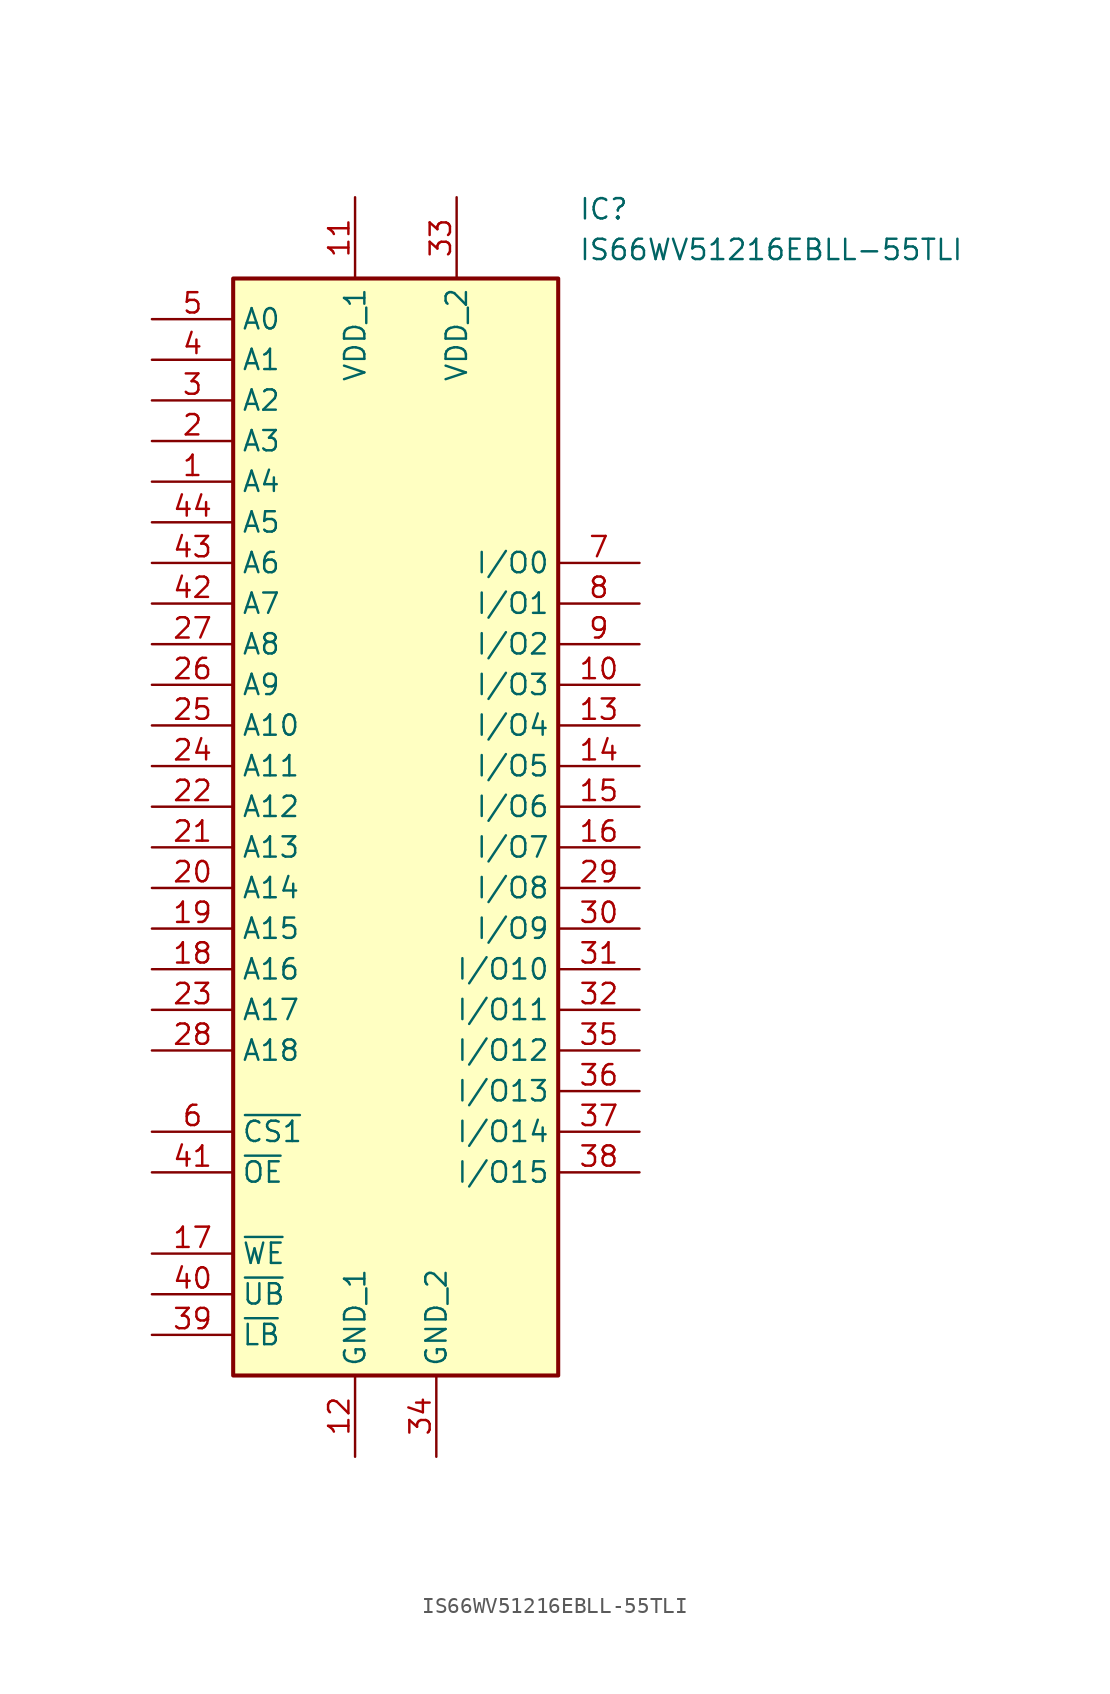
<source format=kicad_sym>
(kicad_symbol_lib
  (version 20231120)
  (generator "kicad_symbol_editor")
  (generator_version "8.0")
  (symbol "IS66WV51216EBLL-55TLI"
    (property "Reference" "IC"
      (at 26.67 7.62 0)
      (effects (font (size 1.27 1.27)) (justify left top)))
    (property "Value" "IS66WV51216EBLL-55TLI"
      (at 26.67 5.08 0)
      (effects (font (size 1.27 1.27)) (justify left top)))
    (symbol "IS66WV51216EBLL-55TLI_1_1"
      (rectangle (start 5.08 2.54) (end 25.4 -66.04) (stroke (width 0.254) (type default)) (fill (type background)))
      (pin passive line (at 0 -10.16 0) (length 5.08) (name "A4" (effects (font (size 1.27 1.27)))) (number "1" (effects (font (size 1.27 1.27)))))
      (pin bidirectional line (at 30.48 -22.86 180) (length 5.08) (name "I/O3" (effects (font (size 1.27 1.27)))) (number "10" (effects (font (size 1.27 1.27)))))
      (pin passive line (at 12.7 7.62 270) (length 5.08) (name "VDD_1" (effects (font (size 1.27 1.27)))) (number "11" (effects (font (size 1.27 1.27)))))
      (pin passive line (at 12.7 -71.12 90) (length 5.08) (name "GND_1" (effects (font (size 1.27 1.27)))) (number "12" (effects (font (size 1.27 1.27)))))
      (pin bidirectional line (at 30.48 -25.4 180) (length 5.08) (name "I/O4" (effects (font (size 1.27 1.27)))) (number "13" (effects (font (size 1.27 1.27)))))
      (pin bidirectional line (at 30.48 -27.94 180) (length 5.08) (name "I/O5" (effects (font (size 1.27 1.27)))) (number "14" (effects (font (size 1.27 1.27)))))
      (pin bidirectional line (at 30.48 -30.48 180) (length 5.08) (name "I/O6" (effects (font (size 1.27 1.27)))) (number "15" (effects (font (size 1.27 1.27)))))
      (pin bidirectional line (at 30.48 -33.02 180) (length 5.08) (name "I/O7" (effects (font (size 1.27 1.27)))) (number "16" (effects (font (size 1.27 1.27)))))
      (pin passive line (at 0 -58.42 0) (length 5.08) (name "~{WE}" (effects (font (size 1.27 1.27)))) (number "17" (effects (font (size 1.27 1.27)))))
      (pin passive line (at 0 -40.64 0) (length 5.08) (name "A16" (effects (font (size 1.27 1.27)))) (number "18" (effects (font (size 1.27 1.27)))))
      (pin passive line (at 0 -38.1 0) (length 5.08) (name "A15" (effects (font (size 1.27 1.27)))) (number "19" (effects (font (size 1.27 1.27)))))
      (pin passive line (at 0 -7.62 0) (length 5.08) (name "A3" (effects (font (size 1.27 1.27)))) (number "2" (effects (font (size 1.27 1.27)))))
      (pin passive line (at 0 -35.56 0) (length 5.08) (name "A14" (effects (font (size 1.27 1.27)))) (number "20" (effects (font (size 1.27 1.27)))))
      (pin passive line (at 0 -33.02 0) (length 5.08) (name "A13" (effects (font (size 1.27 1.27)))) (number "21" (effects (font (size 1.27 1.27)))))
      (pin passive line (at 0 -30.48 0) (length 5.08) (name "A12" (effects (font (size 1.27 1.27)))) (number "22" (effects (font (size 1.27 1.27)))))
      (pin passive line (at 0 -43.18 0) (length 5.08) (name "A17" (effects (font (size 1.27 1.27)))) (number "23" (effects (font (size 1.27 1.27)))))
      (pin passive line (at 0 -27.94 0) (length 5.08) (name "A11" (effects (font (size 1.27 1.27)))) (number "24" (effects (font (size 1.27 1.27)))))
      (pin passive line (at 0 -25.4 0) (length 5.08) (name "A10" (effects (font (size 1.27 1.27)))) (number "25" (effects (font (size 1.27 1.27)))))
      (pin passive line (at 0 -22.86 0) (length 5.08) (name "A9" (effects (font (size 1.27 1.27)))) (number "26" (effects (font (size 1.27 1.27)))))
      (pin passive line (at 0 -20.32 0) (length 5.08) (name "A8" (effects (font (size 1.27 1.27)))) (number "27" (effects (font (size 1.27 1.27)))))
      (pin passive line (at 0 -45.72 0) (length 5.08) (name "A18" (effects (font (size 1.27 1.27)))) (number "28" (effects (font (size 1.27 1.27)))))
      (pin bidirectional line (at 30.48 -35.56 180) (length 5.08) (name "I/O8" (effects (font (size 1.27 1.27)))) (number "29" (effects (font (size 1.27 1.27)))))
      (pin passive line (at 0 -5.08 0) (length 5.08) (name "A2" (effects (font (size 1.27 1.27)))) (number "3" (effects (font (size 1.27 1.27)))))
      (pin bidirectional line (at 30.48 -38.1 180) (length 5.08) (name "I/O9" (effects (font (size 1.27 1.27)))) (number "30" (effects (font (size 1.27 1.27)))))
      (pin bidirectional line (at 30.48 -40.64 180) (length 5.08) (name "I/O10" (effects (font (size 1.27 1.27)))) (number "31" (effects (font (size 1.27 1.27)))))
      (pin bidirectional line (at 30.48 -43.18 180) (length 5.08) (name "I/O11" (effects (font (size 1.27 1.27)))) (number "32" (effects (font (size 1.27 1.27)))))
      (pin passive line (at 19.05 7.62 270) (length 5.08) (name "VDD_2" (effects (font (size 1.27 1.27)))) (number "33" (effects (font (size 1.27 1.27)))))
      (pin passive line (at 17.78 -71.12 90) (length 5.08) (name "GND_2" (effects (font (size 1.27 1.27)))) (number "34" (effects (font (size 1.27 1.27)))))
      (pin bidirectional line (at 30.48 -45.72 180) (length 5.08) (name "I/O12" (effects (font (size 1.27 1.27)))) (number "35" (effects (font (size 1.27 1.27)))))
      (pin bidirectional line (at 30.48 -48.26 180) (length 5.08) (name "I/O13" (effects (font (size 1.27 1.27)))) (number "36" (effects (font (size 1.27 1.27)))))
      (pin bidirectional line (at 30.48 -50.8 180) (length 5.08) (name "I/O14" (effects (font (size 1.27 1.27)))) (number "37" (effects (font (size 1.27 1.27)))))
      (pin bidirectional line (at 30.48 -53.34 180) (length 5.08) (name "I/O15" (effects (font (size 1.27 1.27)))) (number "38" (effects (font (size 1.27 1.27)))))
      (pin passive line (at 0 -63.5 0) (length 5.08) (name "~{LB}" (effects (font (size 1.27 1.27)))) (number "39" (effects (font (size 1.27 1.27)))))
      (pin passive line (at 0 -2.54 0) (length 5.08) (name "A1" (effects (font (size 1.27 1.27)))) (number "4" (effects (font (size 1.27 1.27)))))
      (pin passive line (at 0 -60.96 0) (length 5.08) (name "~{UB}" (effects (font (size 1.27 1.27)))) (number "40" (effects (font (size 1.27 1.27)))))
      (pin passive line (at 0 -53.34 0) (length 5.08) (name "~{OE}" (effects (font (size 1.27 1.27)))) (number "41" (effects (font (size 1.27 1.27)))))
      (pin passive line (at 0 -17.78 0) (length 5.08) (name "A7" (effects (font (size 1.27 1.27)))) (number "42" (effects (font (size 1.27 1.27)))))
      (pin passive line (at 0 -15.24 0) (length 5.08) (name "A6" (effects (font (size 1.27 1.27)))) (number "43" (effects (font (size 1.27 1.27)))))
      (pin passive line (at 0 -12.7 0) (length 5.08) (name "A5" (effects (font (size 1.27 1.27)))) (number "44" (effects (font (size 1.27 1.27)))))
      (pin passive line (at 0 0 0) (length 5.08) (name "A0" (effects (font (size 1.27 1.27)))) (number "5" (effects (font (size 1.27 1.27)))))
      (pin passive line (at 0 -50.8 0) (length 5.08) (name "~{CS1}" (effects (font (size 1.27 1.27)))) (number "6" (effects (font (size 1.27 1.27)))))
      (pin bidirectional line (at 30.48 -15.24 180) (length 5.08) (name "I/O0" (effects (font (size 1.27 1.27)))) (number "7" (effects (font (size 1.27 1.27)))))
      (pin bidirectional line (at 30.48 -17.78 180) (length 5.08) (name "I/O1" (effects (font (size 1.27 1.27)))) (number "8" (effects (font (size 1.27 1.27)))))
      (pin bidirectional line (at 30.48 -20.32 180) (length 5.08) (name "I/O2" (effects (font (size 1.27 1.27)))) (number "9" (effects (font (size 1.27 1.27))))))))
</source>
